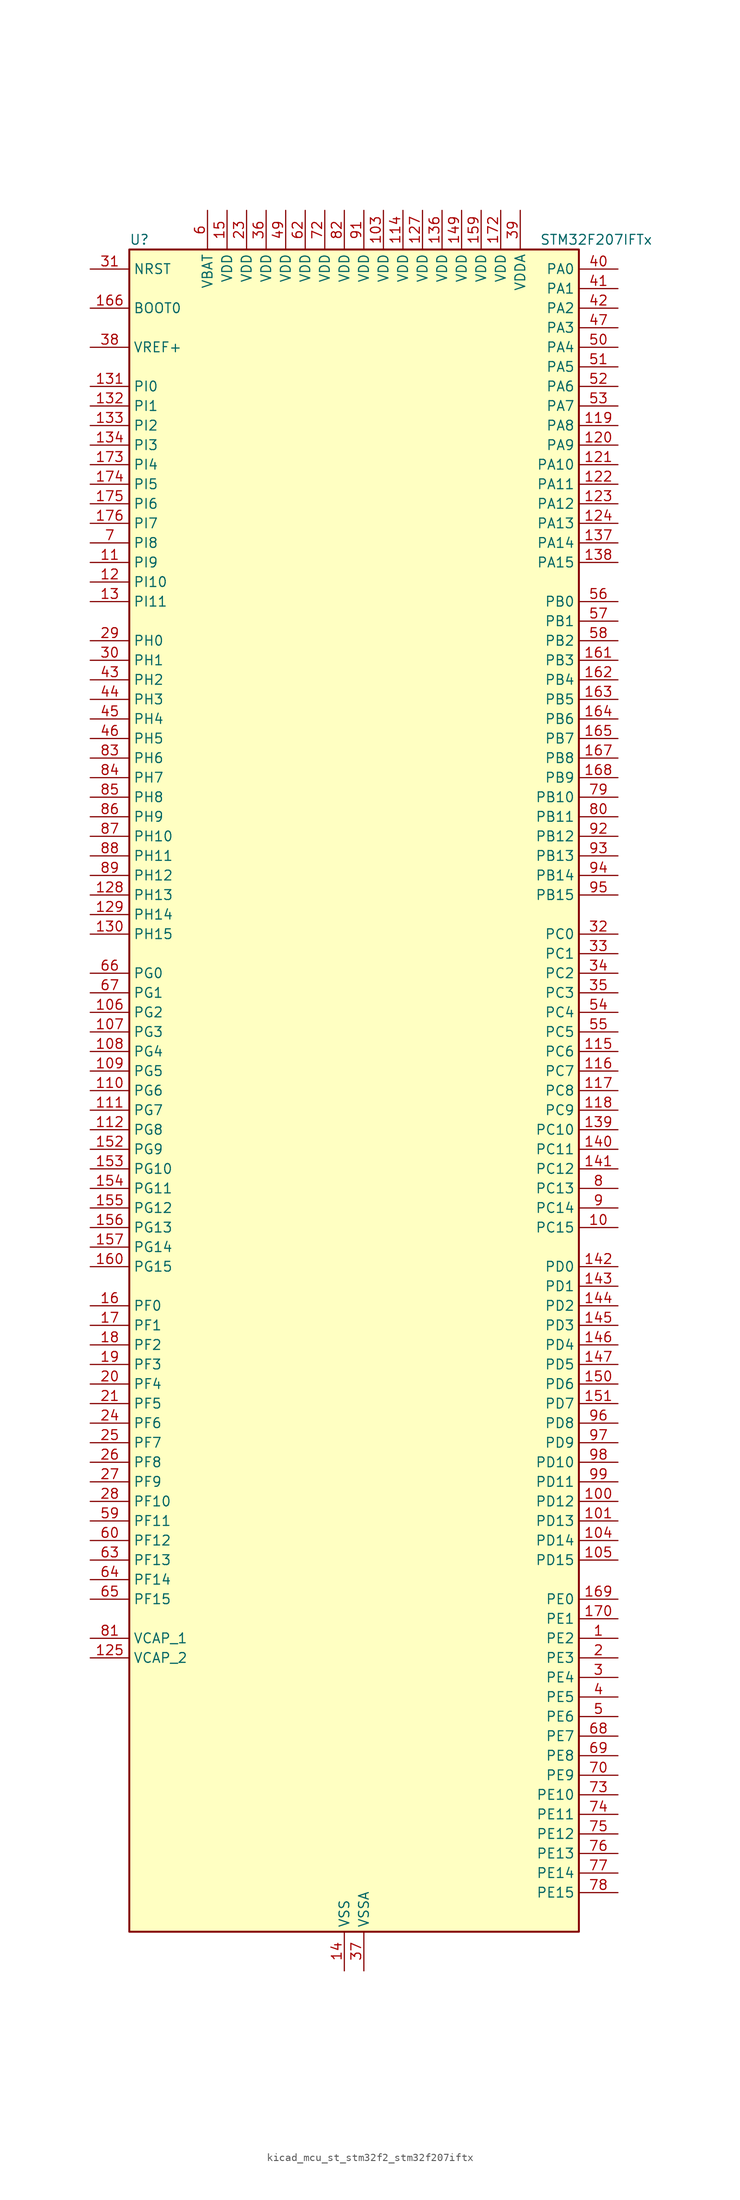
<source format=kicad_sym>
(kicad_symbol_lib
  (version 20220914)
  (generator kicad_symbol_editor)
  (symbol "kicad_mcu_st_stm32f2_stm32f207iftx"
    (property "Reference" "U"
      (at -27.94 110.49 0)
      (effects (font (size 1.27 1.27)) (justify left)))
    (property "Value" "STM32F207IFTx"
      (at 25.4 110.49 0)
      (effects (font (size 1.27 1.27)) (justify left)))
    (property "ki_locked" ""
      (at 0 0 0)
      (effects (font (size 1.27 1.27))))
    (symbol "kicad_mcu_st_stm32f2_stm32f207iftx_0_1"
      (rectangle (start -27.94 -109.22) (end 30.48 109.22) (stroke (width 0.254) (type default)) (fill (type background))))
    (symbol "kicad_mcu_st_stm32f2_stm32f207iftx_1_1"
      (pin bidirectional line (at 35.56 -71.12 180) (length 5.08) (name "PE2" (effects (font (size 1.27 1.27)))) (number "1" (effects (font (size 1.27 1.27)))) (alternate "ETH_TXD3" bidirectional line) (alternate "FSMC_A23" bidirectional line) (alternate "SYS_TRACECLK" bidirectional line))
      (pin bidirectional line (at 35.56 -17.78 180) (length 5.08) (name "PC15" (effects (font (size 1.27 1.27)))) (number "10" (effects (font (size 1.27 1.27)))) (alternate "ADC1_EXTI15" bidirectional line) (alternate "ADC2_EXTI15" bidirectional line) (alternate "ADC3_EXTI15" bidirectional line) (alternate "RCC_OSC32_OUT" bidirectional line))
      (pin bidirectional line (at 35.56 -53.34 180) (length 5.08) (name "PD12" (effects (font (size 1.27 1.27)))) (number "100" (effects (font (size 1.27 1.27)))) (alternate "FSMC_A17" bidirectional line) (alternate "FSMC_ALE" bidirectional line) (alternate "TIM4_CH1" bidirectional line) (alternate "USART3_RTS" bidirectional line))
      (pin bidirectional line (at 35.56 -55.88 180) (length 5.08) (name "PD13" (effects (font (size 1.27 1.27)))) (number "101" (effects (font (size 1.27 1.27)))) (alternate "FSMC_A18" bidirectional line) (alternate "TIM4_CH2" bidirectional line))
      (pin passive line (at 0 -114.3 90) (length 5.08) hide (name "VSS" (effects (font (size 1.27 1.27)))) (number "102" (effects (font (size 1.27 1.27)))))
      (pin power_in line (at 5.08 114.3 270) (length 5.08) (name "VDD" (effects (font (size 1.27 1.27)))) (number "103" (effects (font (size 1.27 1.27)))))
      (pin bidirectional line (at 35.56 -58.42 180) (length 5.08) (name "PD14" (effects (font (size 1.27 1.27)))) (number "104" (effects (font (size 1.27 1.27)))) (alternate "FSMC_D0" bidirectional line) (alternate "FSMC_DA0" bidirectional line) (alternate "TIM4_CH3" bidirectional line))
      (pin bidirectional line (at 35.56 -60.96 180) (length 5.08) (name "PD15" (effects (font (size 1.27 1.27)))) (number "105" (effects (font (size 1.27 1.27)))) (alternate "ADC1_EXTI15" bidirectional line) (alternate "ADC2_EXTI15" bidirectional line) (alternate "ADC3_EXTI15" bidirectional line) (alternate "FSMC_D1" bidirectional line) (alternate "FSMC_DA1" bidirectional line) (alternate "TIM4_CH4" bidirectional line))
      (pin bidirectional line (at -33.02 10.16 0) (length 5.08) (name "PG2" (effects (font (size 1.27 1.27)))) (number "106" (effects (font (size 1.27 1.27)))) (alternate "FSMC_A12" bidirectional line))
      (pin bidirectional line (at -33.02 7.62 0) (length 5.08) (name "PG3" (effects (font (size 1.27 1.27)))) (number "107" (effects (font (size 1.27 1.27)))) (alternate "FSMC_A13" bidirectional line))
      (pin bidirectional line (at -33.02 5.08 0) (length 5.08) (name "PG4" (effects (font (size 1.27 1.27)))) (number "108" (effects (font (size 1.27 1.27)))) (alternate "FSMC_A14" bidirectional line))
      (pin bidirectional line (at -33.02 2.54 0) (length 5.08) (name "PG5" (effects (font (size 1.27 1.27)))) (number "109" (effects (font (size 1.27 1.27)))) (alternate "FSMC_A15" bidirectional line))
      (pin bidirectional line (at -33.02 68.58 0) (length 5.08) (name "PI9" (effects (font (size 1.27 1.27)))) (number "11" (effects (font (size 1.27 1.27)))) (alternate "CAN1_RX" bidirectional line) (alternate "DAC_EXTI9" bidirectional line))
      (pin bidirectional line (at -33.02 0 0) (length 5.08) (name "PG6" (effects (font (size 1.27 1.27)))) (number "110" (effects (font (size 1.27 1.27)))) (alternate "FSMC_INT2" bidirectional line))
      (pin bidirectional line (at -33.02 -2.54 0) (length 5.08) (name "PG7" (effects (font (size 1.27 1.27)))) (number "111" (effects (font (size 1.27 1.27)))) (alternate "FSMC_INT3" bidirectional line) (alternate "USART6_CK" bidirectional line))
      (pin bidirectional line (at -33.02 -5.08 0) (length 5.08) (name "PG8" (effects (font (size 1.27 1.27)))) (number "112" (effects (font (size 1.27 1.27)))) (alternate "ETH_PPS_OUT" bidirectional line) (alternate "USART6_RTS" bidirectional line))
      (pin passive line (at 0 -114.3 90) (length 5.08) hide (name "VSS" (effects (font (size 1.27 1.27)))) (number "113" (effects (font (size 1.27 1.27)))))
      (pin power_in line (at 7.62 114.3 270) (length 5.08) (name "VDD" (effects (font (size 1.27 1.27)))) (number "114" (effects (font (size 1.27 1.27)))))
      (pin bidirectional line (at 35.56 5.08 180) (length 5.08) (name "PC6" (effects (font (size 1.27 1.27)))) (number "115" (effects (font (size 1.27 1.27)))) (alternate "DCMI_D0" bidirectional line) (alternate "I2S2_MCK" bidirectional line) (alternate "SDIO_D6" bidirectional line) (alternate "TIM3_CH1" bidirectional line) (alternate "TIM8_CH1" bidirectional line) (alternate "USART6_TX" bidirectional line))
      (pin bidirectional line (at 35.56 2.54 180) (length 5.08) (name "PC7" (effects (font (size 1.27 1.27)))) (number "116" (effects (font (size 1.27 1.27)))) (alternate "DCMI_D1" bidirectional line) (alternate "I2S3_MCK" bidirectional line) (alternate "SDIO_D7" bidirectional line) (alternate "TIM3_CH2" bidirectional line) (alternate "TIM8_CH2" bidirectional line) (alternate "USART6_RX" bidirectional line))
      (pin bidirectional line (at 35.56 0 180) (length 5.08) (name "PC8" (effects (font (size 1.27 1.27)))) (number "117" (effects (font (size 1.27 1.27)))) (alternate "DCMI_D2" bidirectional line) (alternate "SDIO_D0" bidirectional line) (alternate "TIM3_CH3" bidirectional line) (alternate "TIM8_CH3" bidirectional line) (alternate "USART6_CK" bidirectional line))
      (pin bidirectional line (at 35.56 -2.54 180) (length 5.08) (name "PC9" (effects (font (size 1.27 1.27)))) (number "118" (effects (font (size 1.27 1.27)))) (alternate "DAC_EXTI9" bidirectional line) (alternate "DCMI_D3" bidirectional line) (alternate "I2C3_SDA" bidirectional line) (alternate "I2S_CKIN" bidirectional line) (alternate "RCC_MCO_2" bidirectional line) (alternate "SDIO_D1" bidirectional line) (alternate "TIM3_CH4" bidirectional line) (alternate "TIM8_CH4" bidirectional line))
      (pin bidirectional line (at 35.56 86.36 180) (length 5.08) (name "PA8" (effects (font (size 1.27 1.27)))) (number "119" (effects (font (size 1.27 1.27)))) (alternate "I2C3_SCL" bidirectional line) (alternate "RCC_MCO_1" bidirectional line) (alternate "TIM1_CH1" bidirectional line) (alternate "USART1_CK" bidirectional line) (alternate "USB_OTG_FS_SOF" bidirectional line))
      (pin bidirectional line (at -33.02 66.04 0) (length 5.08) (name "PI10" (effects (font (size 1.27 1.27)))) (number "12" (effects (font (size 1.27 1.27)))) (alternate "ETH_RX_ER" bidirectional line))
      (pin bidirectional line (at 35.56 83.82 180) (length 5.08) (name "PA9" (effects (font (size 1.27 1.27)))) (number "120" (effects (font (size 1.27 1.27)))) (alternate "DAC_EXTI9" bidirectional line) (alternate "DCMI_D0" bidirectional line) (alternate "I2C3_SMBA" bidirectional line) (alternate "TIM1_CH2" bidirectional line) (alternate "USART1_TX" bidirectional line) (alternate "USB_OTG_FS_VBUS" bidirectional line))
      (pin bidirectional line (at 35.56 81.28 180) (length 5.08) (name "PA10" (effects (font (size 1.27 1.27)))) (number "121" (effects (font (size 1.27 1.27)))) (alternate "DCMI_D1" bidirectional line) (alternate "TIM1_CH3" bidirectional line) (alternate "USART1_RX" bidirectional line) (alternate "USB_OTG_FS_ID" bidirectional line))
      (pin bidirectional line (at 35.56 78.74 180) (length 5.08) (name "PA11" (effects (font (size 1.27 1.27)))) (number "122" (effects (font (size 1.27 1.27)))) (alternate "ADC1_EXTI11" bidirectional line) (alternate "ADC2_EXTI11" bidirectional line) (alternate "ADC3_EXTI11" bidirectional line) (alternate "CAN1_RX" bidirectional line) (alternate "TIM1_CH4" bidirectional line) (alternate "USART1_CTS" bidirectional line) (alternate "USB_OTG_FS_DM" bidirectional line))
      (pin bidirectional line (at 35.56 76.2 180) (length 5.08) (name "PA12" (effects (font (size 1.27 1.27)))) (number "123" (effects (font (size 1.27 1.27)))) (alternate "CAN1_TX" bidirectional line) (alternate "TIM1_ETR" bidirectional line) (alternate "USART1_RTS" bidirectional line) (alternate "USB_OTG_FS_DP" bidirectional line))
      (pin bidirectional line (at 35.56 73.66 180) (length 5.08) (name "PA13" (effects (font (size 1.27 1.27)))) (number "124" (effects (font (size 1.27 1.27)))) (alternate "SYS_JTMS-SWDIO" bidirectional line))
      (pin power_out line (at -33.02 -73.66 0) (length 5.08) (name "VCAP_2" (effects (font (size 1.27 1.27)))) (number "125" (effects (font (size 1.27 1.27)))))
      (pin passive line (at 0 -114.3 90) (length 5.08) hide (name "VSS" (effects (font (size 1.27 1.27)))) (number "126" (effects (font (size 1.27 1.27)))))
      (pin power_in line (at 10.16 114.3 270) (length 5.08) (name "VDD" (effects (font (size 1.27 1.27)))) (number "127" (effects (font (size 1.27 1.27)))))
      (pin bidirectional line (at -33.02 25.4 0) (length 5.08) (name "PH13" (effects (font (size 1.27 1.27)))) (number "128" (effects (font (size 1.27 1.27)))) (alternate "CAN1_TX" bidirectional line) (alternate "TIM8_CH1N" bidirectional line))
      (pin bidirectional line (at -33.02 22.86 0) (length 5.08) (name "PH14" (effects (font (size 1.27 1.27)))) (number "129" (effects (font (size 1.27 1.27)))) (alternate "DCMI_D4" bidirectional line) (alternate "TIM8_CH2N" bidirectional line))
      (pin bidirectional line (at -33.02 63.5 0) (length 5.08) (name "PI11" (effects (font (size 1.27 1.27)))) (number "13" (effects (font (size 1.27 1.27)))) (alternate "ADC1_EXTI11" bidirectional line) (alternate "ADC2_EXTI11" bidirectional line) (alternate "ADC3_EXTI11" bidirectional line) (alternate "USB_OTG_HS_ULPI_DIR" bidirectional line))
      (pin bidirectional line (at -33.02 20.32 0) (length 5.08) (name "PH15" (effects (font (size 1.27 1.27)))) (number "130" (effects (font (size 1.27 1.27)))) (alternate "ADC1_EXTI15" bidirectional line) (alternate "ADC2_EXTI15" bidirectional line) (alternate "ADC3_EXTI15" bidirectional line) (alternate "DCMI_D11" bidirectional line) (alternate "TIM8_CH3N" bidirectional line))
      (pin bidirectional line (at -33.02 91.44 0) (length 5.08) (name "PI0" (effects (font (size 1.27 1.27)))) (number "131" (effects (font (size 1.27 1.27)))) (alternate "DCMI_D13" bidirectional line) (alternate "I2S2_WS" bidirectional line) (alternate "SPI2_NSS" bidirectional line) (alternate "TIM5_CH4" bidirectional line))
      (pin bidirectional line (at -33.02 88.9 0) (length 5.08) (name "PI1" (effects (font (size 1.27 1.27)))) (number "132" (effects (font (size 1.27 1.27)))) (alternate "DCMI_D8" bidirectional line) (alternate "I2S2_SCK" bidirectional line) (alternate "SPI2_SCK" bidirectional line))
      (pin bidirectional line (at -33.02 86.36 0) (length 5.08) (name "PI2" (effects (font (size 1.27 1.27)))) (number "133" (effects (font (size 1.27 1.27)))) (alternate "DCMI_D9" bidirectional line) (alternate "SPI2_MISO" bidirectional line) (alternate "TIM8_CH4" bidirectional line))
      (pin bidirectional line (at -33.02 83.82 0) (length 5.08) (name "PI3" (effects (font (size 1.27 1.27)))) (number "134" (effects (font (size 1.27 1.27)))) (alternate "DCMI_D10" bidirectional line) (alternate "I2S2_SD" bidirectional line) (alternate "SPI2_MOSI" bidirectional line) (alternate "TIM8_ETR" bidirectional line))
      (pin passive line (at 0 -114.3 90) (length 5.08) hide (name "VSS" (effects (font (size 1.27 1.27)))) (number "135" (effects (font (size 1.27 1.27)))))
      (pin power_in line (at 12.7 114.3 270) (length 5.08) (name "VDD" (effects (font (size 1.27 1.27)))) (number "136" (effects (font (size 1.27 1.27)))))
      (pin bidirectional line (at 35.56 71.12 180) (length 5.08) (name "PA14" (effects (font (size 1.27 1.27)))) (number "137" (effects (font (size 1.27 1.27)))) (alternate "SYS_JTCK-SWCLK" bidirectional line))
      (pin bidirectional line (at 35.56 68.58 180) (length 5.08) (name "PA15" (effects (font (size 1.27 1.27)))) (number "138" (effects (font (size 1.27 1.27)))) (alternate "ADC1_EXTI15" bidirectional line) (alternate "ADC2_EXTI15" bidirectional line) (alternate "ADC3_EXTI15" bidirectional line) (alternate "I2S3_WS" bidirectional line) (alternate "SPI1_NSS" bidirectional line) (alternate "SPI3_NSS" bidirectional line) (alternate "SYS_JTDI" bidirectional line) (alternate "TIM2_CH1" bidirectional line) (alternate "TIM2_ETR" bidirectional line))
      (pin bidirectional line (at 35.56 -5.08 180) (length 5.08) (name "PC10" (effects (font (size 1.27 1.27)))) (number "139" (effects (font (size 1.27 1.27)))) (alternate "DCMI_D8" bidirectional line) (alternate "I2S3_SCK" bidirectional line) (alternate "SDIO_D2" bidirectional line) (alternate "SPI3_SCK" bidirectional line) (alternate "UART4_TX" bidirectional line) (alternate "USART3_TX" bidirectional line))
      (pin power_in line (at 0 -114.3 90) (length 5.08) (name "VSS" (effects (font (size 1.27 1.27)))) (number "14" (effects (font (size 1.27 1.27)))))
      (pin bidirectional line (at 35.56 -7.62 180) (length 5.08) (name "PC11" (effects (font (size 1.27 1.27)))) (number "140" (effects (font (size 1.27 1.27)))) (alternate "ADC1_EXTI11" bidirectional line) (alternate "ADC2_EXTI11" bidirectional line) (alternate "ADC3_EXTI11" bidirectional line) (alternate "DCMI_D4" bidirectional line) (alternate "SDIO_D3" bidirectional line) (alternate "SPI3_MISO" bidirectional line) (alternate "UART4_RX" bidirectional line) (alternate "USART3_RX" bidirectional line))
      (pin bidirectional line (at 35.56 -10.16 180) (length 5.08) (name "PC12" (effects (font (size 1.27 1.27)))) (number "141" (effects (font (size 1.27 1.27)))) (alternate "DCMI_D9" bidirectional line) (alternate "I2S3_SD" bidirectional line) (alternate "SDIO_CK" bidirectional line) (alternate "SPI3_MOSI" bidirectional line) (alternate "UART5_TX" bidirectional line) (alternate "USART3_CK" bidirectional line))
      (pin bidirectional line (at 35.56 -22.86 180) (length 5.08) (name "PD0" (effects (font (size 1.27 1.27)))) (number "142" (effects (font (size 1.27 1.27)))) (alternate "CAN1_RX" bidirectional line) (alternate "FSMC_D2" bidirectional line) (alternate "FSMC_DA2" bidirectional line))
      (pin bidirectional line (at 35.56 -25.4 180) (length 5.08) (name "PD1" (effects (font (size 1.27 1.27)))) (number "143" (effects (font (size 1.27 1.27)))) (alternate "CAN1_TX" bidirectional line) (alternate "FSMC_D3" bidirectional line) (alternate "FSMC_DA3" bidirectional line))
      (pin bidirectional line (at 35.56 -27.94 180) (length 5.08) (name "PD2" (effects (font (size 1.27 1.27)))) (number "144" (effects (font (size 1.27 1.27)))) (alternate "DCMI_D11" bidirectional line) (alternate "SDIO_CMD" bidirectional line) (alternate "TIM3_ETR" bidirectional line) (alternate "UART5_RX" bidirectional line))
      (pin bidirectional line (at 35.56 -30.48 180) (length 5.08) (name "PD3" (effects (font (size 1.27 1.27)))) (number "145" (effects (font (size 1.27 1.27)))) (alternate "FSMC_CLK" bidirectional line) (alternate "USART2_CTS" bidirectional line))
      (pin bidirectional line (at 35.56 -33.02 180) (length 5.08) (name "PD4" (effects (font (size 1.27 1.27)))) (number "146" (effects (font (size 1.27 1.27)))) (alternate "FSMC_NOE" bidirectional line) (alternate "USART2_RTS" bidirectional line))
      (pin bidirectional line (at 35.56 -35.56 180) (length 5.08) (name "PD5" (effects (font (size 1.27 1.27)))) (number "147" (effects (font (size 1.27 1.27)))) (alternate "FSMC_NWE" bidirectional line) (alternate "USART2_TX" bidirectional line))
      (pin passive line (at 0 -114.3 90) (length 5.08) hide (name "VSS" (effects (font (size 1.27 1.27)))) (number "148" (effects (font (size 1.27 1.27)))))
      (pin power_in line (at 15.24 114.3 270) (length 5.08) (name "VDD" (effects (font (size 1.27 1.27)))) (number "149" (effects (font (size 1.27 1.27)))))
      (pin power_in line (at -15.24 114.3 270) (length 5.08) (name "VDD" (effects (font (size 1.27 1.27)))) (number "15" (effects (font (size 1.27 1.27)))))
      (pin bidirectional line (at 35.56 -38.1 180) (length 5.08) (name "PD6" (effects (font (size 1.27 1.27)))) (number "150" (effects (font (size 1.27 1.27)))) (alternate "FSMC_NWAIT" bidirectional line) (alternate "USART2_RX" bidirectional line))
      (pin bidirectional line (at 35.56 -40.64 180) (length 5.08) (name "PD7" (effects (font (size 1.27 1.27)))) (number "151" (effects (font (size 1.27 1.27)))) (alternate "FSMC_NCE2" bidirectional line) (alternate "FSMC_NE1" bidirectional line) (alternate "USART2_CK" bidirectional line))
      (pin bidirectional line (at -33.02 -7.62 0) (length 5.08) (name "PG9" (effects (font (size 1.27 1.27)))) (number "152" (effects (font (size 1.27 1.27)))) (alternate "DAC_EXTI9" bidirectional line) (alternate "FSMC_NCE3" bidirectional line) (alternate "FSMC_NE2" bidirectional line) (alternate "USART6_RX" bidirectional line))
      (pin bidirectional line (at -33.02 -10.16 0) (length 5.08) (name "PG10" (effects (font (size 1.27 1.27)))) (number "153" (effects (font (size 1.27 1.27)))) (alternate "FSMC_NCE4_1" bidirectional line) (alternate "FSMC_NE3" bidirectional line))
      (pin bidirectional line (at -33.02 -12.7 0) (length 5.08) (name "PG11" (effects (font (size 1.27 1.27)))) (number "154" (effects (font (size 1.27 1.27)))) (alternate "ADC1_EXTI11" bidirectional line) (alternate "ADC2_EXTI11" bidirectional line) (alternate "ADC3_EXTI11" bidirectional line) (alternate "ETH_TX_EN" bidirectional line) (alternate "FSMC_NCE4_2" bidirectional line))
      (pin bidirectional line (at -33.02 -15.24 0) (length 5.08) (name "PG12" (effects (font (size 1.27 1.27)))) (number "155" (effects (font (size 1.27 1.27)))) (alternate "FSMC_NE4" bidirectional line) (alternate "USART6_RTS" bidirectional line))
      (pin bidirectional line (at -33.02 -17.78 0) (length 5.08) (name "PG13" (effects (font (size 1.27 1.27)))) (number "156" (effects (font (size 1.27 1.27)))) (alternate "ETH_TXD0" bidirectional line) (alternate "FSMC_A24" bidirectional line) (alternate "USART6_CTS" bidirectional line))
      (pin bidirectional line (at -33.02 -20.32 0) (length 5.08) (name "PG14" (effects (font (size 1.27 1.27)))) (number "157" (effects (font (size 1.27 1.27)))) (alternate "ETH_TXD1" bidirectional line) (alternate "FSMC_A25" bidirectional line) (alternate "USART6_TX" bidirectional line))
      (pin passive line (at 0 -114.3 90) (length 5.08) hide (name "VSS" (effects (font (size 1.27 1.27)))) (number "158" (effects (font (size 1.27 1.27)))))
      (pin power_in line (at 17.78 114.3 270) (length 5.08) (name "VDD" (effects (font (size 1.27 1.27)))) (number "159" (effects (font (size 1.27 1.27)))))
      (pin bidirectional line (at -33.02 -27.94 0) (length 5.08) (name "PF0" (effects (font (size 1.27 1.27)))) (number "16" (effects (font (size 1.27 1.27)))) (alternate "FSMC_A0" bidirectional line) (alternate "I2C2_SDA" bidirectional line))
      (pin bidirectional line (at -33.02 -22.86 0) (length 5.08) (name "PG15" (effects (font (size 1.27 1.27)))) (number "160" (effects (font (size 1.27 1.27)))) (alternate "ADC1_EXTI15" bidirectional line) (alternate "ADC2_EXTI15" bidirectional line) (alternate "ADC3_EXTI15" bidirectional line) (alternate "DCMI_D13" bidirectional line) (alternate "USART6_CTS" bidirectional line))
      (pin bidirectional line (at 35.56 55.88 180) (length 5.08) (name "PB3" (effects (font (size 1.27 1.27)))) (number "161" (effects (font (size 1.27 1.27)))) (alternate "I2S3_SCK" bidirectional line) (alternate "SPI1_SCK" bidirectional line) (alternate "SPI3_SCK" bidirectional line) (alternate "SYS_JTDO-SWO" bidirectional line) (alternate "TIM2_CH2" bidirectional line))
      (pin bidirectional line (at 35.56 53.34 180) (length 5.08) (name "PB4" (effects (font (size 1.27 1.27)))) (number "162" (effects (font (size 1.27 1.27)))) (alternate "SPI1_MISO" bidirectional line) (alternate "SPI3_MISO" bidirectional line) (alternate "SYS_JTRST" bidirectional line) (alternate "TIM3_CH1" bidirectional line))
      (pin bidirectional line (at 35.56 50.8 180) (length 5.08) (name "PB5" (effects (font (size 1.27 1.27)))) (number "163" (effects (font (size 1.27 1.27)))) (alternate "CAN2_RX" bidirectional line) (alternate "DCMI_D10" bidirectional line) (alternate "ETH_PPS_OUT" bidirectional line) (alternate "I2C1_SMBA" bidirectional line) (alternate "I2S3_SD" bidirectional line) (alternate "SPI1_MOSI" bidirectional line) (alternate "SPI3_MOSI" bidirectional line) (alternate "TIM3_CH2" bidirectional line) (alternate "USB_OTG_HS_ULPI_D7" bidirectional line))
      (pin bidirectional line (at 35.56 48.26 180) (length 5.08) (name "PB6" (effects (font (size 1.27 1.27)))) (number "164" (effects (font (size 1.27 1.27)))) (alternate "CAN2_TX" bidirectional line) (alternate "DCMI_D5" bidirectional line) (alternate "I2C1_SCL" bidirectional line) (alternate "TIM4_CH1" bidirectional line) (alternate "USART1_TX" bidirectional line))
      (pin bidirectional line (at 35.56 45.72 180) (length 5.08) (name "PB7" (effects (font (size 1.27 1.27)))) (number "165" (effects (font (size 1.27 1.27)))) (alternate "DCMI_VSYNC" bidirectional line) (alternate "FSMC_NL" bidirectional line) (alternate "I2C1_SDA" bidirectional line) (alternate "TIM4_CH2" bidirectional line) (alternate "USART1_RX" bidirectional line))
      (pin input line (at -33.02 101.6 0) (length 5.08) (name "BOOT0" (effects (font (size 1.27 1.27)))) (number "166" (effects (font (size 1.27 1.27)))))
      (pin bidirectional line (at 35.56 43.18 180) (length 5.08) (name "PB8" (effects (font (size 1.27 1.27)))) (number "167" (effects (font (size 1.27 1.27)))) (alternate "CAN1_RX" bidirectional line) (alternate "DCMI_D6" bidirectional line) (alternate "ETH_TXD3" bidirectional line) (alternate "I2C1_SCL" bidirectional line) (alternate "SDIO_D4" bidirectional line) (alternate "TIM10_CH1" bidirectional line) (alternate "TIM4_CH3" bidirectional line))
      (pin bidirectional line (at 35.56 40.64 180) (length 5.08) (name "PB9" (effects (font (size 1.27 1.27)))) (number "168" (effects (font (size 1.27 1.27)))) (alternate "CAN1_TX" bidirectional line) (alternate "DAC_EXTI9" bidirectional line) (alternate "DCMI_D7" bidirectional line) (alternate "I2C1_SDA" bidirectional line) (alternate "I2S2_WS" bidirectional line) (alternate "SDIO_D5" bidirectional line) (alternate "SPI2_NSS" bidirectional line) (alternate "TIM11_CH1" bidirectional line) (alternate "TIM4_CH4" bidirectional line))
      (pin bidirectional line (at 35.56 -66.04 180) (length 5.08) (name "PE0" (effects (font (size 1.27 1.27)))) (number "169" (effects (font (size 1.27 1.27)))) (alternate "DCMI_D2" bidirectional line) (alternate "FSMC_NBL0" bidirectional line) (alternate "TIM4_ETR" bidirectional line))
      (pin bidirectional line (at -33.02 -30.48 0) (length 5.08) (name "PF1" (effects (font (size 1.27 1.27)))) (number "17" (effects (font (size 1.27 1.27)))) (alternate "FSMC_A1" bidirectional line) (alternate "I2C2_SCL" bidirectional line))
      (pin bidirectional line (at 35.56 -68.58 180) (length 5.08) (name "PE1" (effects (font (size 1.27 1.27)))) (number "170" (effects (font (size 1.27 1.27)))) (alternate "DCMI_D3" bidirectional line) (alternate "FSMC_NBL1" bidirectional line))
      (pin no_connect line (at -27.94 -109.22 0) (length 5.08) hide (name "RFU" (effects (font (size 1.27 1.27)))) (number "171" (effects (font (size 1.27 1.27)))))
      (pin power_in line (at 20.32 114.3 270) (length 5.08) (name "VDD" (effects (font (size 1.27 1.27)))) (number "172" (effects (font (size 1.27 1.27)))))
      (pin bidirectional line (at -33.02 81.28 0) (length 5.08) (name "PI4" (effects (font (size 1.27 1.27)))) (number "173" (effects (font (size 1.27 1.27)))) (alternate "DCMI_D5" bidirectional line) (alternate "TIM8_BKIN" bidirectional line))
      (pin bidirectional line (at -33.02 78.74 0) (length 5.08) (name "PI5" (effects (font (size 1.27 1.27)))) (number "174" (effects (font (size 1.27 1.27)))) (alternate "DCMI_VSYNC" bidirectional line) (alternate "TIM8_CH1" bidirectional line))
      (pin bidirectional line (at -33.02 76.2 0) (length 5.08) (name "PI6" (effects (font (size 1.27 1.27)))) (number "175" (effects (font (size 1.27 1.27)))) (alternate "DCMI_D6" bidirectional line) (alternate "TIM8_CH2" bidirectional line))
      (pin bidirectional line (at -33.02 73.66 0) (length 5.08) (name "PI7" (effects (font (size 1.27 1.27)))) (number "176" (effects (font (size 1.27 1.27)))) (alternate "DCMI_D7" bidirectional line) (alternate "TIM8_CH3" bidirectional line))
      (pin bidirectional line (at -33.02 -33.02 0) (length 5.08) (name "PF2" (effects (font (size 1.27 1.27)))) (number "18" (effects (font (size 1.27 1.27)))) (alternate "FSMC_A2" bidirectional line) (alternate "I2C2_SMBA" bidirectional line))
      (pin bidirectional line (at -33.02 -35.56 0) (length 5.08) (name "PF3" (effects (font (size 1.27 1.27)))) (number "19" (effects (font (size 1.27 1.27)))) (alternate "ADC3_IN9" bidirectional line) (alternate "FSMC_A3" bidirectional line))
      (pin bidirectional line (at 35.56 -73.66 180) (length 5.08) (name "PE3" (effects (font (size 1.27 1.27)))) (number "2" (effects (font (size 1.27 1.27)))) (alternate "FSMC_A19" bidirectional line) (alternate "SYS_TRACED0" bidirectional line))
      (pin bidirectional line (at -33.02 -38.1 0) (length 5.08) (name "PF4" (effects (font (size 1.27 1.27)))) (number "20" (effects (font (size 1.27 1.27)))) (alternate "ADC3_IN14" bidirectional line) (alternate "FSMC_A4" bidirectional line))
      (pin bidirectional line (at -33.02 -40.64 0) (length 5.08) (name "PF5" (effects (font (size 1.27 1.27)))) (number "21" (effects (font (size 1.27 1.27)))) (alternate "ADC3_IN15" bidirectional line) (alternate "FSMC_A5" bidirectional line))
      (pin passive line (at 0 -114.3 90) (length 5.08) hide (name "VSS" (effects (font (size 1.27 1.27)))) (number "22" (effects (font (size 1.27 1.27)))))
      (pin power_in line (at -12.7 114.3 270) (length 5.08) (name "VDD" (effects (font (size 1.27 1.27)))) (number "23" (effects (font (size 1.27 1.27)))))
      (pin bidirectional line (at -33.02 -43.18 0) (length 5.08) (name "PF6" (effects (font (size 1.27 1.27)))) (number "24" (effects (font (size 1.27 1.27)))) (alternate "ADC3_IN4" bidirectional line) (alternate "FSMC_NIORD" bidirectional line) (alternate "TIM10_CH1" bidirectional line))
      (pin bidirectional line (at -33.02 -45.72 0) (length 5.08) (name "PF7" (effects (font (size 1.27 1.27)))) (number "25" (effects (font (size 1.27 1.27)))) (alternate "ADC3_IN5" bidirectional line) (alternate "FSMC_NREG" bidirectional line) (alternate "TIM11_CH1" bidirectional line))
      (pin bidirectional line (at -33.02 -48.26 0) (length 5.08) (name "PF8" (effects (font (size 1.27 1.27)))) (number "26" (effects (font (size 1.27 1.27)))) (alternate "ADC3_IN6" bidirectional line) (alternate "FSMC_NIOWR" bidirectional line) (alternate "TIM13_CH1" bidirectional line))
      (pin bidirectional line (at -33.02 -50.8 0) (length 5.08) (name "PF9" (effects (font (size 1.27 1.27)))) (number "27" (effects (font (size 1.27 1.27)))) (alternate "ADC3_IN7" bidirectional line) (alternate "DAC_EXTI9" bidirectional line) (alternate "FSMC_CD" bidirectional line) (alternate "TIM14_CH1" bidirectional line))
      (pin bidirectional line (at -33.02 -53.34 0) (length 5.08) (name "PF10" (effects (font (size 1.27 1.27)))) (number "28" (effects (font (size 1.27 1.27)))) (alternate "ADC3_IN8" bidirectional line) (alternate "FSMC_INTR" bidirectional line))
      (pin bidirectional line (at -33.02 58.42 0) (length 5.08) (name "PH0" (effects (font (size 1.27 1.27)))) (number "29" (effects (font (size 1.27 1.27)))) (alternate "RCC_OSC_IN" bidirectional line))
      (pin bidirectional line (at 35.56 -76.2 180) (length 5.08) (name "PE4" (effects (font (size 1.27 1.27)))) (number "3" (effects (font (size 1.27 1.27)))) (alternate "DCMI_D4" bidirectional line) (alternate "FSMC_A20" bidirectional line) (alternate "SYS_TRACED1" bidirectional line))
      (pin bidirectional line (at -33.02 55.88 0) (length 5.08) (name "PH1" (effects (font (size 1.27 1.27)))) (number "30" (effects (font (size 1.27 1.27)))) (alternate "RCC_OSC_OUT" bidirectional line))
      (pin input line (at -33.02 106.68 0) (length 5.08) (name "NRST" (effects (font (size 1.27 1.27)))) (number "31" (effects (font (size 1.27 1.27)))))
      (pin bidirectional line (at 35.56 20.32 180) (length 5.08) (name "PC0" (effects (font (size 1.27 1.27)))) (number "32" (effects (font (size 1.27 1.27)))) (alternate "ADC1_IN10" bidirectional line) (alternate "ADC2_IN10" bidirectional line) (alternate "ADC3_IN10" bidirectional line) (alternate "USB_OTG_HS_ULPI_STP" bidirectional line))
      (pin bidirectional line (at 35.56 17.78 180) (length 5.08) (name "PC1" (effects (font (size 1.27 1.27)))) (number "33" (effects (font (size 1.27 1.27)))) (alternate "ADC1_IN11" bidirectional line) (alternate "ADC2_IN11" bidirectional line) (alternate "ADC3_IN11" bidirectional line) (alternate "ETH_MDC" bidirectional line))
      (pin bidirectional line (at 35.56 15.24 180) (length 5.08) (name "PC2" (effects (font (size 1.27 1.27)))) (number "34" (effects (font (size 1.27 1.27)))) (alternate "ADC1_IN12" bidirectional line) (alternate "ADC2_IN12" bidirectional line) (alternate "ADC3_IN12" bidirectional line) (alternate "ETH_TXD2" bidirectional line) (alternate "SPI2_MISO" bidirectional line) (alternate "USB_OTG_HS_ULPI_DIR" bidirectional line))
      (pin bidirectional line (at 35.56 12.7 180) (length 5.08) (name "PC3" (effects (font (size 1.27 1.27)))) (number "35" (effects (font (size 1.27 1.27)))) (alternate "ADC1_IN13" bidirectional line) (alternate "ADC2_IN13" bidirectional line) (alternate "ADC3_IN13" bidirectional line) (alternate "ETH_TX_CLK" bidirectional line) (alternate "I2S2_SD" bidirectional line) (alternate "SPI2_MOSI" bidirectional line) (alternate "USB_OTG_HS_ULPI_NXT" bidirectional line))
      (pin power_in line (at -10.16 114.3 270) (length 5.08) (name "VDD" (effects (font (size 1.27 1.27)))) (number "36" (effects (font (size 1.27 1.27)))))
      (pin power_in line (at 2.54 -114.3 90) (length 5.08) (name "VSSA" (effects (font (size 1.27 1.27)))) (number "37" (effects (font (size 1.27 1.27)))))
      (pin input line (at -33.02 96.52 0) (length 5.08) (name "VREF+" (effects (font (size 1.27 1.27)))) (number "38" (effects (font (size 1.27 1.27)))))
      (pin power_in line (at 22.86 114.3 270) (length 5.08) (name "VDDA" (effects (font (size 1.27 1.27)))) (number "39" (effects (font (size 1.27 1.27)))))
      (pin bidirectional line (at 35.56 -78.74 180) (length 5.08) (name "PE5" (effects (font (size 1.27 1.27)))) (number "4" (effects (font (size 1.27 1.27)))) (alternate "DCMI_D6" bidirectional line) (alternate "FSMC_A21" bidirectional line) (alternate "SYS_TRACED2" bidirectional line) (alternate "TIM9_CH1" bidirectional line))
      (pin bidirectional line (at 35.56 106.68 180) (length 5.08) (name "PA0" (effects (font (size 1.27 1.27)))) (number "40" (effects (font (size 1.27 1.27)))) (alternate "ADC1_IN0" bidirectional line) (alternate "ADC2_IN0" bidirectional line) (alternate "ADC3_IN0" bidirectional line) (alternate "ETH_CRS" bidirectional line) (alternate "SYS_WKUP" bidirectional line) (alternate "TIM2_CH1" bidirectional line) (alternate "TIM2_ETR" bidirectional line) (alternate "TIM5_CH1" bidirectional line) (alternate "TIM8_ETR" bidirectional line) (alternate "UART4_TX" bidirectional line) (alternate "USART2_CTS" bidirectional line))
      (pin bidirectional line (at 35.56 104.14 180) (length 5.08) (name "PA1" (effects (font (size 1.27 1.27)))) (number "41" (effects (font (size 1.27 1.27)))) (alternate "ADC1_IN1" bidirectional line) (alternate "ADC2_IN1" bidirectional line) (alternate "ADC3_IN1" bidirectional line) (alternate "ETH_REF_CLK" bidirectional line) (alternate "ETH_RX_CLK" bidirectional line) (alternate "TIM2_CH2" bidirectional line) (alternate "TIM5_CH2" bidirectional line) (alternate "UART4_RX" bidirectional line) (alternate "USART2_RTS" bidirectional line))
      (pin bidirectional line (at 35.56 101.6 180) (length 5.08) (name "PA2" (effects (font (size 1.27 1.27)))) (number "42" (effects (font (size 1.27 1.27)))) (alternate "ADC1_IN2" bidirectional line) (alternate "ADC2_IN2" bidirectional line) (alternate "ADC3_IN2" bidirectional line) (alternate "ETH_MDIO" bidirectional line) (alternate "TIM2_CH3" bidirectional line) (alternate "TIM5_CH3" bidirectional line) (alternate "TIM9_CH1" bidirectional line) (alternate "USART2_TX" bidirectional line))
      (pin bidirectional line (at -33.02 53.34 0) (length 5.08) (name "PH2" (effects (font (size 1.27 1.27)))) (number "43" (effects (font (size 1.27 1.27)))) (alternate "ETH_CRS" bidirectional line))
      (pin bidirectional line (at -33.02 50.8 0) (length 5.08) (name "PH3" (effects (font (size 1.27 1.27)))) (number "44" (effects (font (size 1.27 1.27)))) (alternate "ETH_COL" bidirectional line))
      (pin bidirectional line (at -33.02 48.26 0) (length 5.08) (name "PH4" (effects (font (size 1.27 1.27)))) (number "45" (effects (font (size 1.27 1.27)))) (alternate "I2C2_SCL" bidirectional line) (alternate "USB_OTG_HS_ULPI_NXT" bidirectional line))
      (pin bidirectional line (at -33.02 45.72 0) (length 5.08) (name "PH5" (effects (font (size 1.27 1.27)))) (number "46" (effects (font (size 1.27 1.27)))) (alternate "I2C2_SDA" bidirectional line))
      (pin bidirectional line (at 35.56 99.06 180) (length 5.08) (name "PA3" (effects (font (size 1.27 1.27)))) (number "47" (effects (font (size 1.27 1.27)))) (alternate "ADC1_IN3" bidirectional line) (alternate "ADC2_IN3" bidirectional line) (alternate "ADC3_IN3" bidirectional line) (alternate "ETH_COL" bidirectional line) (alternate "TIM2_CH4" bidirectional line) (alternate "TIM5_CH4" bidirectional line) (alternate "TIM9_CH2" bidirectional line) (alternate "USART2_RX" bidirectional line) (alternate "USB_OTG_HS_ULPI_D0" bidirectional line))
      (pin passive line (at 0 -114.3 90) (length 5.08) hide (name "VSS" (effects (font (size 1.27 1.27)))) (number "48" (effects (font (size 1.27 1.27)))))
      (pin power_in line (at -7.62 114.3 270) (length 5.08) (name "VDD" (effects (font (size 1.27 1.27)))) (number "49" (effects (font (size 1.27 1.27)))))
      (pin bidirectional line (at 35.56 -81.28 180) (length 5.08) (name "PE6" (effects (font (size 1.27 1.27)))) (number "5" (effects (font (size 1.27 1.27)))) (alternate "DCMI_D7" bidirectional line) (alternate "FSMC_A22" bidirectional line) (alternate "SYS_TRACED3" bidirectional line) (alternate "TIM9_CH2" bidirectional line))
      (pin bidirectional line (at 35.56 96.52 180) (length 5.08) (name "PA4" (effects (font (size 1.27 1.27)))) (number "50" (effects (font (size 1.27 1.27)))) (alternate "ADC1_IN4" bidirectional line) (alternate "ADC2_IN4" bidirectional line) (alternate "DAC_OUT1" bidirectional line) (alternate "DCMI_HSYNC" bidirectional line) (alternate "I2S3_WS" bidirectional line) (alternate "SPI1_NSS" bidirectional line) (alternate "SPI3_NSS" bidirectional line) (alternate "USART2_CK" bidirectional line) (alternate "USB_OTG_HS_SOF" bidirectional line))
      (pin bidirectional line (at 35.56 93.98 180) (length 5.08) (name "PA5" (effects (font (size 1.27 1.27)))) (number "51" (effects (font (size 1.27 1.27)))) (alternate "ADC1_IN5" bidirectional line) (alternate "ADC2_IN5" bidirectional line) (alternate "DAC_OUT2" bidirectional line) (alternate "SPI1_SCK" bidirectional line) (alternate "TIM2_CH1" bidirectional line) (alternate "TIM2_ETR" bidirectional line) (alternate "TIM8_CH1N" bidirectional line) (alternate "USB_OTG_HS_ULPI_CK" bidirectional line))
      (pin bidirectional line (at 35.56 91.44 180) (length 5.08) (name "PA6" (effects (font (size 1.27 1.27)))) (number "52" (effects (font (size 1.27 1.27)))) (alternate "ADC1_IN6" bidirectional line) (alternate "ADC2_IN6" bidirectional line) (alternate "DCMI_PIXCLK" bidirectional line) (alternate "SPI1_MISO" bidirectional line) (alternate "TIM13_CH1" bidirectional line) (alternate "TIM1_BKIN" bidirectional line) (alternate "TIM3_CH1" bidirectional line) (alternate "TIM8_BKIN" bidirectional line))
      (pin bidirectional line (at 35.56 88.9 180) (length 5.08) (name "PA7" (effects (font (size 1.27 1.27)))) (number "53" (effects (font (size 1.27 1.27)))) (alternate "ADC1_IN7" bidirectional line) (alternate "ADC2_IN7" bidirectional line) (alternate "ETH_CRS_DV" bidirectional line) (alternate "ETH_RX_DV" bidirectional line) (alternate "SPI1_MOSI" bidirectional line) (alternate "TIM14_CH1" bidirectional line) (alternate "TIM1_CH1N" bidirectional line) (alternate "TIM3_CH2" bidirectional line) (alternate "TIM8_CH1N" bidirectional line))
      (pin bidirectional line (at 35.56 10.16 180) (length 5.08) (name "PC4" (effects (font (size 1.27 1.27)))) (number "54" (effects (font (size 1.27 1.27)))) (alternate "ADC1_IN14" bidirectional line) (alternate "ADC2_IN14" bidirectional line) (alternate "ETH_RXD0" bidirectional line))
      (pin bidirectional line (at 35.56 7.62 180) (length 5.08) (name "PC5" (effects (font (size 1.27 1.27)))) (number "55" (effects (font (size 1.27 1.27)))) (alternate "ADC1_IN15" bidirectional line) (alternate "ADC2_IN15" bidirectional line) (alternate "ETH_RXD1" bidirectional line))
      (pin bidirectional line (at 35.56 63.5 180) (length 5.08) (name "PB0" (effects (font (size 1.27 1.27)))) (number "56" (effects (font (size 1.27 1.27)))) (alternate "ADC1_IN8" bidirectional line) (alternate "ADC2_IN8" bidirectional line) (alternate "ETH_RXD2" bidirectional line) (alternate "TIM1_CH2N" bidirectional line) (alternate "TIM3_CH3" bidirectional line) (alternate "TIM8_CH2N" bidirectional line) (alternate "USB_OTG_HS_ULPI_D1" bidirectional line))
      (pin bidirectional line (at 35.56 60.96 180) (length 5.08) (name "PB1" (effects (font (size 1.27 1.27)))) (number "57" (effects (font (size 1.27 1.27)))) (alternate "ADC1_IN9" bidirectional line) (alternate "ADC2_IN9" bidirectional line) (alternate "ETH_RXD3" bidirectional line) (alternate "TIM1_CH3N" bidirectional line) (alternate "TIM3_CH4" bidirectional line) (alternate "TIM8_CH3N" bidirectional line) (alternate "USB_OTG_HS_ULPI_D2" bidirectional line))
      (pin bidirectional line (at 35.56 58.42 180) (length 5.08) (name "PB2" (effects (font (size 1.27 1.27)))) (number "58" (effects (font (size 1.27 1.27)))))
      (pin bidirectional line (at -33.02 -55.88 0) (length 5.08) (name "PF11" (effects (font (size 1.27 1.27)))) (number "59" (effects (font (size 1.27 1.27)))) (alternate "ADC1_EXTI11" bidirectional line) (alternate "ADC2_EXTI11" bidirectional line) (alternate "ADC3_EXTI11" bidirectional line) (alternate "DCMI_D12" bidirectional line))
      (pin power_in line (at -17.78 114.3 270) (length 5.08) (name "VBAT" (effects (font (size 1.27 1.27)))) (number "6" (effects (font (size 1.27 1.27)))))
      (pin bidirectional line (at -33.02 -58.42 0) (length 5.08) (name "PF12" (effects (font (size 1.27 1.27)))) (number "60" (effects (font (size 1.27 1.27)))) (alternate "FSMC_A6" bidirectional line))
      (pin passive line (at 0 -114.3 90) (length 5.08) hide (name "VSS" (effects (font (size 1.27 1.27)))) (number "61" (effects (font (size 1.27 1.27)))))
      (pin power_in line (at -5.08 114.3 270) (length 5.08) (name "VDD" (effects (font (size 1.27 1.27)))) (number "62" (effects (font (size 1.27 1.27)))))
      (pin bidirectional line (at -33.02 -60.96 0) (length 5.08) (name "PF13" (effects (font (size 1.27 1.27)))) (number "63" (effects (font (size 1.27 1.27)))) (alternate "FSMC_A7" bidirectional line))
      (pin bidirectional line (at -33.02 -63.5 0) (length 5.08) (name "PF14" (effects (font (size 1.27 1.27)))) (number "64" (effects (font (size 1.27 1.27)))) (alternate "FSMC_A8" bidirectional line))
      (pin bidirectional line (at -33.02 -66.04 0) (length 5.08) (name "PF15" (effects (font (size 1.27 1.27)))) (number "65" (effects (font (size 1.27 1.27)))) (alternate "ADC1_EXTI15" bidirectional line) (alternate "ADC2_EXTI15" bidirectional line) (alternate "ADC3_EXTI15" bidirectional line) (alternate "FSMC_A9" bidirectional line))
      (pin bidirectional line (at -33.02 15.24 0) (length 5.08) (name "PG0" (effects (font (size 1.27 1.27)))) (number "66" (effects (font (size 1.27 1.27)))) (alternate "FSMC_A10" bidirectional line))
      (pin bidirectional line (at -33.02 12.7 0) (length 5.08) (name "PG1" (effects (font (size 1.27 1.27)))) (number "67" (effects (font (size 1.27 1.27)))) (alternate "FSMC_A11" bidirectional line))
      (pin bidirectional line (at 35.56 -83.82 180) (length 5.08) (name "PE7" (effects (font (size 1.27 1.27)))) (number "68" (effects (font (size 1.27 1.27)))) (alternate "FSMC_D4" bidirectional line) (alternate "FSMC_DA4" bidirectional line) (alternate "TIM1_ETR" bidirectional line))
      (pin bidirectional line (at 35.56 -86.36 180) (length 5.08) (name "PE8" (effects (font (size 1.27 1.27)))) (number "69" (effects (font (size 1.27 1.27)))) (alternate "FSMC_D5" bidirectional line) (alternate "FSMC_DA5" bidirectional line) (alternate "TIM1_CH1N" bidirectional line))
      (pin bidirectional line (at -33.02 71.12 0) (length 5.08) (name "PI8" (effects (font (size 1.27 1.27)))) (number "7" (effects (font (size 1.27 1.27)))) (alternate "RTC_AF2" bidirectional line))
      (pin bidirectional line (at 35.56 -88.9 180) (length 5.08) (name "PE9" (effects (font (size 1.27 1.27)))) (number "70" (effects (font (size 1.27 1.27)))) (alternate "DAC_EXTI9" bidirectional line) (alternate "FSMC_D6" bidirectional line) (alternate "FSMC_DA6" bidirectional line) (alternate "TIM1_CH1" bidirectional line))
      (pin passive line (at 0 -114.3 90) (length 5.08) hide (name "VSS" (effects (font (size 1.27 1.27)))) (number "71" (effects (font (size 1.27 1.27)))))
      (pin power_in line (at -2.54 114.3 270) (length 5.08) (name "VDD" (effects (font (size 1.27 1.27)))) (number "72" (effects (font (size 1.27 1.27)))))
      (pin bidirectional line (at 35.56 -91.44 180) (length 5.08) (name "PE10" (effects (font (size 1.27 1.27)))) (number "73" (effects (font (size 1.27 1.27)))) (alternate "FSMC_D7" bidirectional line) (alternate "FSMC_DA7" bidirectional line) (alternate "TIM1_CH2N" bidirectional line))
      (pin bidirectional line (at 35.56 -93.98 180) (length 5.08) (name "PE11" (effects (font (size 1.27 1.27)))) (number "74" (effects (font (size 1.27 1.27)))) (alternate "ADC1_EXTI11" bidirectional line) (alternate "ADC2_EXTI11" bidirectional line) (alternate "ADC3_EXTI11" bidirectional line) (alternate "FSMC_D8" bidirectional line) (alternate "FSMC_DA8" bidirectional line) (alternate "TIM1_CH2" bidirectional line))
      (pin bidirectional line (at 35.56 -96.52 180) (length 5.08) (name "PE12" (effects (font (size 1.27 1.27)))) (number "75" (effects (font (size 1.27 1.27)))) (alternate "FSMC_D9" bidirectional line) (alternate "FSMC_DA9" bidirectional line) (alternate "TIM1_CH3N" bidirectional line))
      (pin bidirectional line (at 35.56 -99.06 180) (length 5.08) (name "PE13" (effects (font (size 1.27 1.27)))) (number "76" (effects (font (size 1.27 1.27)))) (alternate "FSMC_D10" bidirectional line) (alternate "FSMC_DA10" bidirectional line) (alternate "TIM1_CH3" bidirectional line))
      (pin bidirectional line (at 35.56 -101.6 180) (length 5.08) (name "PE14" (effects (font (size 1.27 1.27)))) (number "77" (effects (font (size 1.27 1.27)))) (alternate "FSMC_D11" bidirectional line) (alternate "FSMC_DA11" bidirectional line) (alternate "TIM1_CH4" bidirectional line))
      (pin bidirectional line (at 35.56 -104.14 180) (length 5.08) (name "PE15" (effects (font (size 1.27 1.27)))) (number "78" (effects (font (size 1.27 1.27)))) (alternate "ADC1_EXTI15" bidirectional line) (alternate "ADC2_EXTI15" bidirectional line) (alternate "ADC3_EXTI15" bidirectional line) (alternate "FSMC_D12" bidirectional line) (alternate "FSMC_DA12" bidirectional line) (alternate "TIM1_BKIN" bidirectional line))
      (pin bidirectional line (at 35.56 38.1 180) (length 5.08) (name "PB10" (effects (font (size 1.27 1.27)))) (number "79" (effects (font (size 1.27 1.27)))) (alternate "ETH_RX_ER" bidirectional line) (alternate "I2C2_SCL" bidirectional line) (alternate "I2S2_SCK" bidirectional line) (alternate "SPI2_SCK" bidirectional line) (alternate "TIM2_CH3" bidirectional line) (alternate "USART3_TX" bidirectional line) (alternate "USB_OTG_HS_ULPI_D3" bidirectional line))
      (pin bidirectional line (at 35.56 -12.7 180) (length 5.08) (name "PC13" (effects (font (size 1.27 1.27)))) (number "8" (effects (font (size 1.27 1.27)))) (alternate "RTC_AF1" bidirectional line))
      (pin bidirectional line (at 35.56 35.56 180) (length 5.08) (name "PB11" (effects (font (size 1.27 1.27)))) (number "80" (effects (font (size 1.27 1.27)))) (alternate "ADC1_EXTI11" bidirectional line) (alternate "ADC2_EXTI11" bidirectional line) (alternate "ADC3_EXTI11" bidirectional line) (alternate "ETH_TX_EN" bidirectional line) (alternate "I2C2_SDA" bidirectional line) (alternate "TIM2_CH4" bidirectional line) (alternate "USART3_RX" bidirectional line) (alternate "USB_OTG_HS_ULPI_D4" bidirectional line))
      (pin power_out line (at -33.02 -71.12 0) (length 5.08) (name "VCAP_1" (effects (font (size 1.27 1.27)))) (number "81" (effects (font (size 1.27 1.27)))))
      (pin power_in line (at 0 114.3 270) (length 5.08) (name "VDD" (effects (font (size 1.27 1.27)))) (number "82" (effects (font (size 1.27 1.27)))))
      (pin bidirectional line (at -33.02 43.18 0) (length 5.08) (name "PH6" (effects (font (size 1.27 1.27)))) (number "83" (effects (font (size 1.27 1.27)))) (alternate "ETH_RXD2" bidirectional line) (alternate "I2C2_SMBA" bidirectional line) (alternate "TIM12_CH1" bidirectional line))
      (pin bidirectional line (at -33.02 40.64 0) (length 5.08) (name "PH7" (effects (font (size 1.27 1.27)))) (number "84" (effects (font (size 1.27 1.27)))) (alternate "ETH_RXD3" bidirectional line) (alternate "I2C3_SCL" bidirectional line))
      (pin bidirectional line (at -33.02 38.1 0) (length 5.08) (name "PH8" (effects (font (size 1.27 1.27)))) (number "85" (effects (font (size 1.27 1.27)))) (alternate "DCMI_HSYNC" bidirectional line) (alternate "I2C3_SDA" bidirectional line))
      (pin bidirectional line (at -33.02 35.56 0) (length 5.08) (name "PH9" (effects (font (size 1.27 1.27)))) (number "86" (effects (font (size 1.27 1.27)))) (alternate "DAC_EXTI9" bidirectional line) (alternate "DCMI_D0" bidirectional line) (alternate "I2C3_SMBA" bidirectional line) (alternate "TIM12_CH2" bidirectional line))
      (pin bidirectional line (at -33.02 33.02 0) (length 5.08) (name "PH10" (effects (font (size 1.27 1.27)))) (number "87" (effects (font (size 1.27 1.27)))) (alternate "DCMI_D1" bidirectional line) (alternate "TIM5_CH1" bidirectional line))
      (pin bidirectional line (at -33.02 30.48 0) (length 5.08) (name "PH11" (effects (font (size 1.27 1.27)))) (number "88" (effects (font (size 1.27 1.27)))) (alternate "ADC1_EXTI11" bidirectional line) (alternate "ADC2_EXTI11" bidirectional line) (alternate "ADC3_EXTI11" bidirectional line) (alternate "DCMI_D2" bidirectional line) (alternate "TIM5_CH2" bidirectional line))
      (pin bidirectional line (at -33.02 27.94 0) (length 5.08) (name "PH12" (effects (font (size 1.27 1.27)))) (number "89" (effects (font (size 1.27 1.27)))) (alternate "DCMI_D3" bidirectional line) (alternate "TIM5_CH3" bidirectional line))
      (pin bidirectional line (at 35.56 -15.24 180) (length 5.08) (name "PC14" (effects (font (size 1.27 1.27)))) (number "9" (effects (font (size 1.27 1.27)))) (alternate "RCC_OSC32_IN" bidirectional line))
      (pin passive line (at 0 -114.3 90) (length 5.08) hide (name "VSS" (effects (font (size 1.27 1.27)))) (number "90" (effects (font (size 1.27 1.27)))))
      (pin power_in line (at 2.54 114.3 270) (length 5.08) (name "VDD" (effects (font (size 1.27 1.27)))) (number "91" (effects (font (size 1.27 1.27)))))
      (pin bidirectional line (at 35.56 33.02 180) (length 5.08) (name "PB12" (effects (font (size 1.27 1.27)))) (number "92" (effects (font (size 1.27 1.27)))) (alternate "CAN2_RX" bidirectional line) (alternate "ETH_TXD0" bidirectional line) (alternate "I2C2_SMBA" bidirectional line) (alternate "I2S2_WS" bidirectional line) (alternate "SPI2_NSS" bidirectional line) (alternate "TIM1_BKIN" bidirectional line) (alternate "USART3_CK" bidirectional line) (alternate "USB_OTG_HS_ID" bidirectional line) (alternate "USB_OTG_HS_ULPI_D5" bidirectional line))
      (pin bidirectional line (at 35.56 30.48 180) (length 5.08) (name "PB13" (effects (font (size 1.27 1.27)))) (number "93" (effects (font (size 1.27 1.27)))) (alternate "CAN2_TX" bidirectional line) (alternate "ETH_TXD1" bidirectional line) (alternate "I2S2_SCK" bidirectional line) (alternate "SPI2_SCK" bidirectional line) (alternate "TIM1_CH1N" bidirectional line) (alternate "USART3_CTS" bidirectional line) (alternate "USB_OTG_HS_ULPI_D6" bidirectional line) (alternate "USB_OTG_HS_VBUS" bidirectional line))
      (pin bidirectional line (at 35.56 27.94 180) (length 5.08) (name "PB14" (effects (font (size 1.27 1.27)))) (number "94" (effects (font (size 1.27 1.27)))) (alternate "SPI2_MISO" bidirectional line) (alternate "TIM12_CH1" bidirectional line) (alternate "TIM1_CH2N" bidirectional line) (alternate "TIM8_CH2N" bidirectional line) (alternate "USART3_RTS" bidirectional line) (alternate "USB_OTG_HS_DM" bidirectional line))
      (pin bidirectional line (at 35.56 25.4 180) (length 5.08) (name "PB15" (effects (font (size 1.27 1.27)))) (number "95" (effects (font (size 1.27 1.27)))) (alternate "ADC1_EXTI15" bidirectional line) (alternate "ADC2_EXTI15" bidirectional line) (alternate "ADC3_EXTI15" bidirectional line) (alternate "I2S2_SD" bidirectional line) (alternate "RTC_REFIN" bidirectional line) (alternate "SPI2_MOSI" bidirectional line) (alternate "TIM12_CH2" bidirectional line) (alternate "TIM1_CH3N" bidirectional line) (alternate "TIM8_CH3N" bidirectional line) (alternate "USB_OTG_HS_DP" bidirectional line))
      (pin bidirectional line (at 35.56 -43.18 180) (length 5.08) (name "PD8" (effects (font (size 1.27 1.27)))) (number "96" (effects (font (size 1.27 1.27)))) (alternate "FSMC_D13" bidirectional line) (alternate "FSMC_DA13" bidirectional line) (alternate "USART3_TX" bidirectional line))
      (pin bidirectional line (at 35.56 -45.72 180) (length 5.08) (name "PD9" (effects (font (size 1.27 1.27)))) (number "97" (effects (font (size 1.27 1.27)))) (alternate "DAC_EXTI9" bidirectional line) (alternate "FSMC_D14" bidirectional line) (alternate "FSMC_DA14" bidirectional line) (alternate "USART3_RX" bidirectional line))
      (pin bidirectional line (at 35.56 -48.26 180) (length 5.08) (name "PD10" (effects (font (size 1.27 1.27)))) (number "98" (effects (font (size 1.27 1.27)))) (alternate "FSMC_D15" bidirectional line) (alternate "FSMC_DA15" bidirectional line) (alternate "USART3_CK" bidirectional line))
      (pin bidirectional line (at 35.56 -50.8 180) (length 5.08) (name "PD11" (effects (font (size 1.27 1.27)))) (number "99" (effects (font (size 1.27 1.27)))) (alternate "ADC1_EXTI11" bidirectional line) (alternate "ADC2_EXTI11" bidirectional line) (alternate "ADC3_EXTI11" bidirectional line) (alternate "FSMC_A16" bidirectional line) (alternate "FSMC_CLE" bidirectional line) (alternate "USART3_CTS" bidirectional line)))))
</source>
